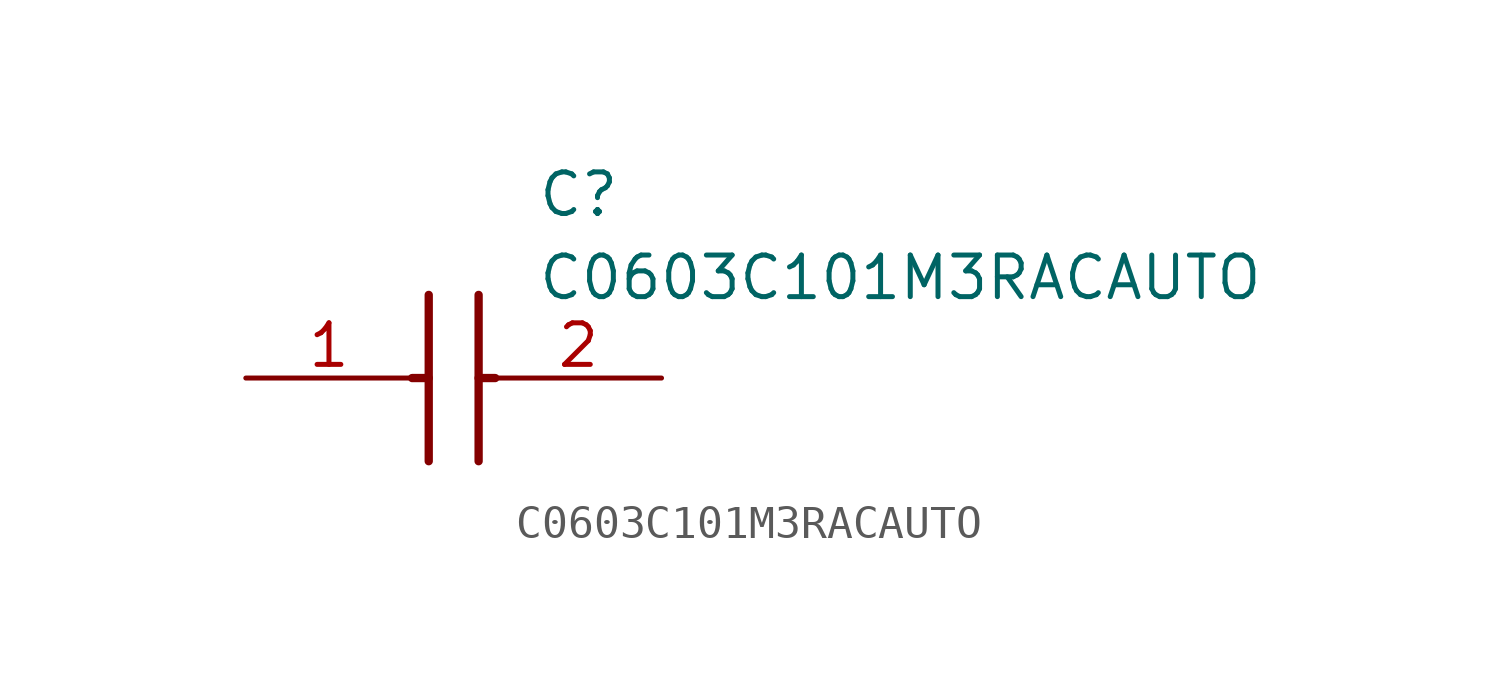
<source format=kicad_sym>
(kicad_symbol_lib
  (version 20211014)
  (generator SamacSys_ECAD_Model)
  (symbol "C0603C101M3RACAUTO"
    (pin_names hide)
    (property "Reference" "C"
      (at 8.89 6.35 0)
      (effects (font (size 1.27 1.27)) (justify left top)))
    (property "Value" "C0603C101M3RACAUTO"
      (at 8.89 3.81 0)
      (effects (font (size 1.27 1.27)) (justify left top)))
    (polyline
      (pts (xy 5.588 2.54) (xy 5.588 -2.54))
      (stroke (width 0.254) (type default))
      (fill (type none)))
    (polyline
      (pts (xy 7.112 2.54) (xy 7.112 -2.54))
      (stroke (width 0.254) (type default))
      (fill (type none)))
    (polyline
      (pts (xy 5.08 0) (xy 5.588 0))
      (stroke (width 0.254) (type default))
      (fill (type none)))
    (polyline
      (pts (xy 7.112 0) (xy 7.62 0))
      (stroke (width 0.254) (type default))
      (fill (type none)))
    (pin passive line
      (at 0 0 0)
      (length 5.08)
      (name "1" (effects (font (size 1.27 1.27))))
      (number "1" (effects (font (size 1.27 1.27)))))
    (pin passive line
      (at 12.7 0 180)
      (length 5.08)
      (name "2" (effects (font (size 1.27 1.27))))
      (number "2" (effects (font (size 1.27 1.27)))))))
</source>
